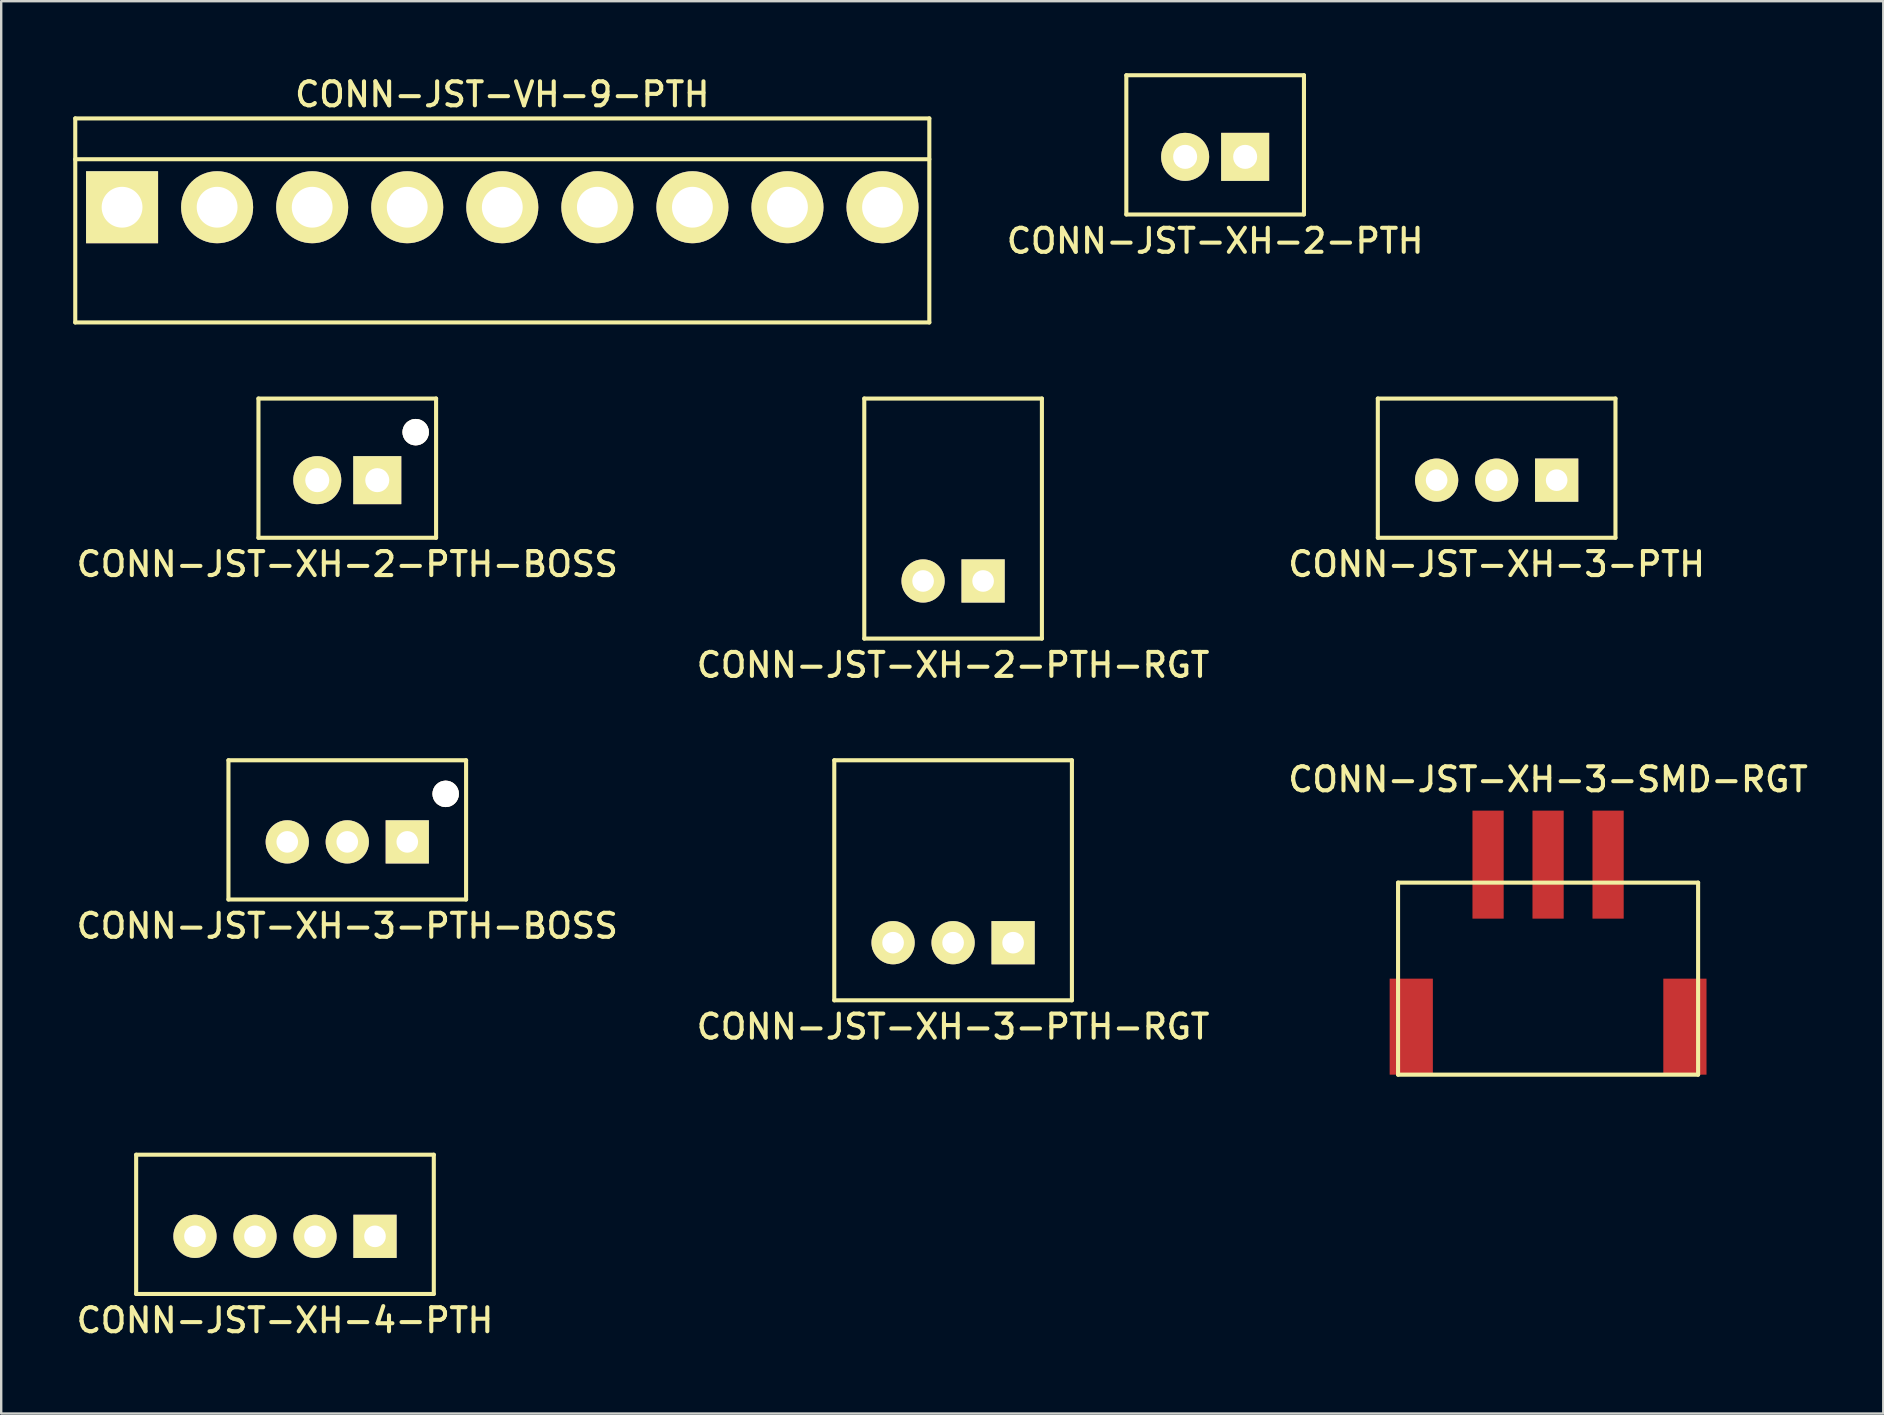
<source format=kicad_pcb>
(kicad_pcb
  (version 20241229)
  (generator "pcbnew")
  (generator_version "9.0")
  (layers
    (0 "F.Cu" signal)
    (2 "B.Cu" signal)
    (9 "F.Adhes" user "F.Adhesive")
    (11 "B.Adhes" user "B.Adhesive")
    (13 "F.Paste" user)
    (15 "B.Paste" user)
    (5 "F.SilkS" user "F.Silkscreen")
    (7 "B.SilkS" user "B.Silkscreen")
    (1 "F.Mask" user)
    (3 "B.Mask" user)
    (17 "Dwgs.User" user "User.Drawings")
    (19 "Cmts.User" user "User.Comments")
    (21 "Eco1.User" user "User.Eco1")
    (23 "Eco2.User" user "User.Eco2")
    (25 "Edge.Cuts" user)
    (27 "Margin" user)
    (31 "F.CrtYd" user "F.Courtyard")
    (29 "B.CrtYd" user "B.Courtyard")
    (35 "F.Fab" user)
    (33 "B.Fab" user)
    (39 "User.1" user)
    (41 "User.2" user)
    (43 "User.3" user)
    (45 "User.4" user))
  (footprint "CONN-JST-XH-3-PTH-RGT"
    (layer "F.Cu")
    (at 36.655 36.222)
    (property "Reference" "CONN-JST-XH-3-PTH-RGT" (at 0 3.5 0) (layer "F.SilkS") (effects (font (size 1 1) (thickness 0.17))))
    (attr through_hole)
    (fp_line (start -4.95 -7.6) (end 4.95 -7.6) (stroke (width 0.17) (type solid)) (layer "F.SilkS"))
    (fp_line (start -4.95 2.4) (end -4.95 -7.6) (stroke (width 0.17) (type solid)) (layer "F.SilkS"))
    (fp_line (start -4.95 2.4) (end 4.95 2.4) (stroke (width 0.17) (type solid)) (layer "F.SilkS"))
    (fp_line (start 4.95 2.4) (end 4.95 -7.6) (stroke (width 0.17) (type solid)) (layer "F.SilkS"))
    (pad "1" thru_hole rect (at 2.5 0) (size 1.8 1.8) (drill 0.9) (layers "*.Cu" "*.Mask" "F.SilkS"))
    (pad "2" thru_hole circle (at 0 0) (size 1.8 1.8) (drill 0.9) (layers "*.Cu" "*.Mask" "F.SilkS"))
    (pad "3" thru_hole circle (at -2.5 0) (size 1.8 1.8) (drill 0.9) (layers "*.Cu" "*.Mask" "F.SilkS")))
  (footprint "CONN-JST-XH-3-SMD-RGT"
    (layer "F.Cu")
    (at 61.442 41.72)
    (property "Reference" "CONN-JST-XH-3-SMD-RGT" (at 0 -12.3 0) (layer "F.SilkS") (effects (font (size 1 1) (thickness 0.17))))
    (attr through_hole)
    (fp_line (start -6.25 -8) (end 6.25 -8) (stroke (width 0.17) (type solid)) (layer "F.SilkS"))
    (fp_line (start -6.25 0) (end -6.25 -8) (stroke (width 0.17) (type solid)) (layer "F.SilkS"))
    (fp_line (start -6.25 0) (end 6.25 0) (stroke (width 0.17) (type solid)) (layer "F.SilkS"))
    (fp_line (start 6.25 0) (end 6.25 -8) (stroke (width 0.17) (type solid)) (layer "F.SilkS"))
    (pad "1" smd rect (at -2.5 -8.75) (size 1.3 4.5) (layers "F.Cu" "F.Mask" "F.Paste"))
    (pad "2" smd rect (at 0 -8.75) (size 1.3 4.5) (layers "F.Cu" "F.Mask" "F.Paste"))
    (pad "3" smd rect (at 2.5 -8.75) (size 1.3 4.5) (layers "F.Cu" "F.Mask" "F.Paste"))
    (pad "M1" smd rect (at -5.7 -2) (size 1.8 4) (layers "F.Cu" "F.Mask" "F.Paste"))
    (pad "M2" smd rect (at 5.7 -2) (size 1.8 4) (layers "F.Cu" "F.Mask" "F.Paste")))
  (footprint "CONN-JST-XH-4-PTH"
    (layer "F.Cu")
    (at 8.822 48.455)
    (property "Reference" "CONN-JST-XH-4-PTH" (at 0 3.5 0) (layer "F.SilkS") (effects (font (size 1 1) (thickness 0.17))))
    (attr through_hole)
    (fp_line (start -6.2 -3.4) (end 6.2 -3.4) (stroke (width 0.17) (type solid)) (layer "F.SilkS"))
    (fp_line (start -6.2 2.4) (end -6.2 -3.4) (stroke (width 0.17) (type solid)) (layer "F.SilkS"))
    (fp_line (start -6.2 2.4) (end 6.2 2.4) (stroke (width 0.17) (type solid)) (layer "F.SilkS"))
    (fp_line (start 6.2 2.4) (end 6.2 -3.4) (stroke (width 0.17) (type solid)) (layer "F.SilkS"))
    (pad "1" thru_hole rect (at 3.75 0) (size 1.8 1.8) (drill 0.9) (layers "*.Cu" "*.Mask" "F.SilkS"))
    (pad "2" thru_hole circle (at 1.25 0) (size 1.8 1.8) (drill 0.9) (layers "*.Cu" "*.Mask" "F.SilkS"))
    (pad "3" thru_hole circle (at -1.25 0) (size 1.8 1.8) (drill 0.9) (layers "*.Cu" "*.Mask" "F.SilkS"))
    (pad "4" thru_hole circle (at -3.75 0) (size 1.8 1.8) (drill 0.9) (layers "*.Cu" "*.Mask" "F.SilkS")))
  (footprint "CONN-JST-XH-2-PTH-RGT"
    (layer "F.Cu")
    (at 36.655 21.153)
    (property "Reference" "CONN-JST-XH-2-PTH-RGT" (at 0 3.5 0) (layer "F.SilkS") (effects (font (size 1 1) (thickness 0.17))))
    (attr through_hole)
    (fp_line (start -3.7 -7.6) (end 3.7 -7.6) (stroke (width 0.17) (type solid)) (layer "F.SilkS"))
    (fp_line (start -3.7 2.4) (end -3.7 -7.6) (stroke (width 0.17) (type solid)) (layer "F.SilkS"))
    (fp_line (start -3.7 2.4) (end 3.7 2.4) (stroke (width 0.17) (type solid)) (layer "F.SilkS"))
    (fp_line (start 3.7 2.4) (end 3.7 -7.6) (stroke (width 0.17) (type solid)) (layer "F.SilkS"))
    (pad "1" thru_hole rect (at 1.25 0) (size 1.8 1.8) (drill 0.9) (layers "*.Cu" "*.Mask" "F.SilkS"))
    (pad "2" thru_hole circle (at -1.25 0) (size 1.8 1.8) (drill 0.9) (layers "*.Cu" "*.Mask" "F.SilkS")))
  (footprint "CONN-JST-XH-3-PTH"
    (layer "F.Cu")
    (at 59.299 16.953)
    (property "Reference" "CONN-JST-XH-3-PTH" (at 0 3.5 0) (layer "F.SilkS") (effects (font (size 1 1) (thickness 0.17))))
    (attr through_hole)
    (fp_line (start -4.95 -3.4) (end 4.95 -3.4) (stroke (width 0.17) (type solid)) (layer "F.SilkS"))
    (fp_line (start -4.95 2.4) (end -4.95 -3.4) (stroke (width 0.17) (type solid)) (layer "F.SilkS"))
    (fp_line (start -4.95 2.4) (end 4.95 2.4) (stroke (width 0.17) (type solid)) (layer "F.SilkS"))
    (fp_line (start 4.95 2.4) (end 4.95 -3.4) (stroke (width 0.17) (type solid)) (layer "F.SilkS"))
    (pad "1" thru_hole rect (at 2.5 0) (size 1.8 1.8) (drill 0.9) (layers "*.Cu" "*.Mask" "F.SilkS"))
    (pad "2" thru_hole circle (at 0 0) (size 1.8 1.8) (drill 0.9) (layers "*.Cu" "*.Mask" "F.SilkS"))
    (pad "3" thru_hole circle (at -2.5 0) (size 1.8 1.8) (drill 0.9) (layers "*.Cu" "*.Mask" "F.SilkS")))
  (footprint "CONN-JST-XH-2-PTH"
    (layer "F.Cu")
    (at 47.572 3.485)
    (property "Reference" "CONN-JST-XH-2-PTH" (at 0 3.5 0) (layer "F.SilkS") (effects (font (size 1 1) (thickness 0.17))))
    (attr through_hole)
    (fp_line (start -3.7 -3.4) (end 3.7 -3.4) (stroke (width 0.17) (type solid)) (layer "F.SilkS"))
    (fp_line (start -3.7 2.4) (end -3.7 -3.4) (stroke (width 0.17) (type solid)) (layer "F.SilkS"))
    (fp_line (start -3.7 2.4) (end 3.7 2.4) (stroke (width 0.17) (type solid)) (layer "F.SilkS"))
    (fp_line (start 3.7 2.4) (end 3.7 -3.4) (stroke (width 0.17) (type solid)) (layer "F.SilkS"))
    (pad "1" thru_hole rect (at 1.25 0) (size 2 2) (drill 1) (layers "*.Cu" "*.Mask" "F.SilkS"))
    (pad "2" thru_hole circle (at -1.25 0) (size 2 2) (drill 1) (layers "*.Cu" "*.Mask" "F.SilkS")))
  (footprint "CONN-JST-XH-2-PTH-BOSS"
    (layer "F.Cu")
    (at 11.417 16.953)
    (property "Reference" "CONN-JST-XH-2-PTH-BOSS" (at 0 3.5 0) (layer "F.SilkS") (effects (font (size 1 1) (thickness 0.17))))
    (attr through_hole)
    (fp_line (start -3.7 -3.4) (end 3.7 -3.4) (stroke (width 0.17) (type solid)) (layer "F.SilkS"))
    (fp_line (start -3.7 2.4) (end -3.7 -3.4) (stroke (width 0.17) (type solid)) (layer "F.SilkS"))
    (fp_line (start -3.7 2.4) (end 3.7 2.4) (stroke (width 0.17) (type solid)) (layer "F.SilkS"))
    (fp_line (start 3.7 2.4) (end 3.7 -3.4) (stroke (width 0.17) (type solid)) (layer "F.SilkS"))
    (pad "1" thru_hole rect (at 1.25 0) (size 2 2) (drill 1) (layers "*.Cu" "*.Mask" "F.SilkS"))
    (pad "2" thru_hole circle (at -1.25 0) (size 2 2) (drill 1) (layers "*.Cu" "*.Mask" "F.SilkS"))
    (pad "M1" thru_hole circle (at 2.85 -2) (size 1.1 1.1) (drill 1.1) (layers "*.Cu" "*.Mask" "F.SilkS")))
  (footprint "CONN-JST-VH-9-PTH"
    (layer "F.Cu")
    (at 17.875 5.583)
    (property "Reference" "CONN-JST-VH-9-PTH" (at 0 -4.7 0) (layer "F.SilkS") (effects (font (size 1 1) (thickness 0.17))))
    (attr through_hole)
    (fp_line (start -17.79 -3.7) (end 17.79 -3.7) (stroke (width 0.17) (type solid)) (layer "F.SilkS"))
    (fp_line (start -17.79 -2) (end 17.79 -2) (stroke (width 0.17) (type solid)) (layer "F.SilkS"))
    (fp_line (start -17.79 4.8) (end -17.79 -3.7) (stroke (width 0.17) (type solid)) (layer "F.SilkS"))
    (fp_line (start -17.79 4.8) (end 17.79 4.8) (stroke (width 0.17) (type solid)) (layer "F.SilkS"))
    (fp_line (start 17.79 4.8) (end 17.79 -3.7) (stroke (width 0.17) (type solid)) (layer "F.SilkS"))
    (pad "1" thru_hole rect (at -15.84 0) (size 3 3) (drill 1.7) (layers "*.Cu" "*.Mask" "F.SilkS"))
    (pad "2" thru_hole circle (at -11.88 0) (size 3 3) (drill 1.7) (layers "*.Cu" "*.Mask" "F.SilkS"))
    (pad "3" thru_hole circle (at -7.92 0) (size 3 3) (drill 1.7) (layers "*.Cu" "*.Mask" "F.SilkS"))
    (pad "4" thru_hole circle (at -3.96 0) (size 3 3) (drill 1.7) (layers "*.Cu" "*.Mask" "F.SilkS"))
    (pad "5" thru_hole circle (at 0 0) (size 3 3) (drill 1.7) (layers "*.Cu" "*.Mask" "F.SilkS"))
    (pad "6" thru_hole circle (at 3.96 0) (size 3 3) (drill 1.7) (layers "*.Cu" "*.Mask" "F.SilkS"))
    (pad "7" thru_hole circle (at 7.92 0) (size 3 3) (drill 1.7) (layers "*.Cu" "*.Mask" "F.SilkS"))
    (pad "8" thru_hole circle (at 11.88 0) (size 3 3) (drill 1.7) (layers "*.Cu" "*.Mask" "F.SilkS"))
    (pad "9" thru_hole circle (at 15.84 0) (size 3 3) (drill 1.7) (layers "*.Cu" "*.Mask" "F.SilkS")))
  (footprint "CONN-JST-XH-3-PTH-BOSS"
    (layer "F.Cu")
    (at 11.417 32.022)
    (property "Reference" "CONN-JST-XH-3-PTH-BOSS" (at 0 3.5 0) (layer "F.SilkS") (effects (font (size 1 1) (thickness 0.17))))
    (attr through_hole)
    (fp_line (start -4.95 -3.4) (end 4.95 -3.4) (stroke (width 0.17) (type solid)) (layer "F.SilkS"))
    (fp_line (start -4.95 2.4) (end -4.95 -3.4) (stroke (width 0.17) (type solid)) (layer "F.SilkS"))
    (fp_line (start -4.95 2.4) (end 4.95 2.4) (stroke (width 0.17) (type solid)) (layer "F.SilkS"))
    (fp_line (start 4.95 2.4) (end 4.95 -3.4) (stroke (width 0.17) (type solid)) (layer "F.SilkS"))
    (pad "1" thru_hole rect (at 2.5 0) (size 1.8 1.8) (drill 0.9) (layers "*.Cu" "*.Mask" "F.SilkS"))
    (pad "2" thru_hole circle (at 0 0) (size 1.8 1.8) (drill 0.9) (layers "*.Cu" "*.Mask" "F.SilkS"))
    (pad "3" thru_hole circle (at -2.5 0) (size 1.8 1.8) (drill 0.9) (layers "*.Cu" "*.Mask" "F.SilkS"))
    (pad "M1" thru_hole circle (at 4.1 -2) (size 1.1 1.1) (drill 1.1) (layers "*.Cu" "*.Mask" "F.SilkS")))
  (gr_rect
    (start -3 -3)
    (end 75.406 55.838)
    (stroke (width 0.1) (type default))
    (fill no)
    (layer "Edge.Cuts")))
</source>
